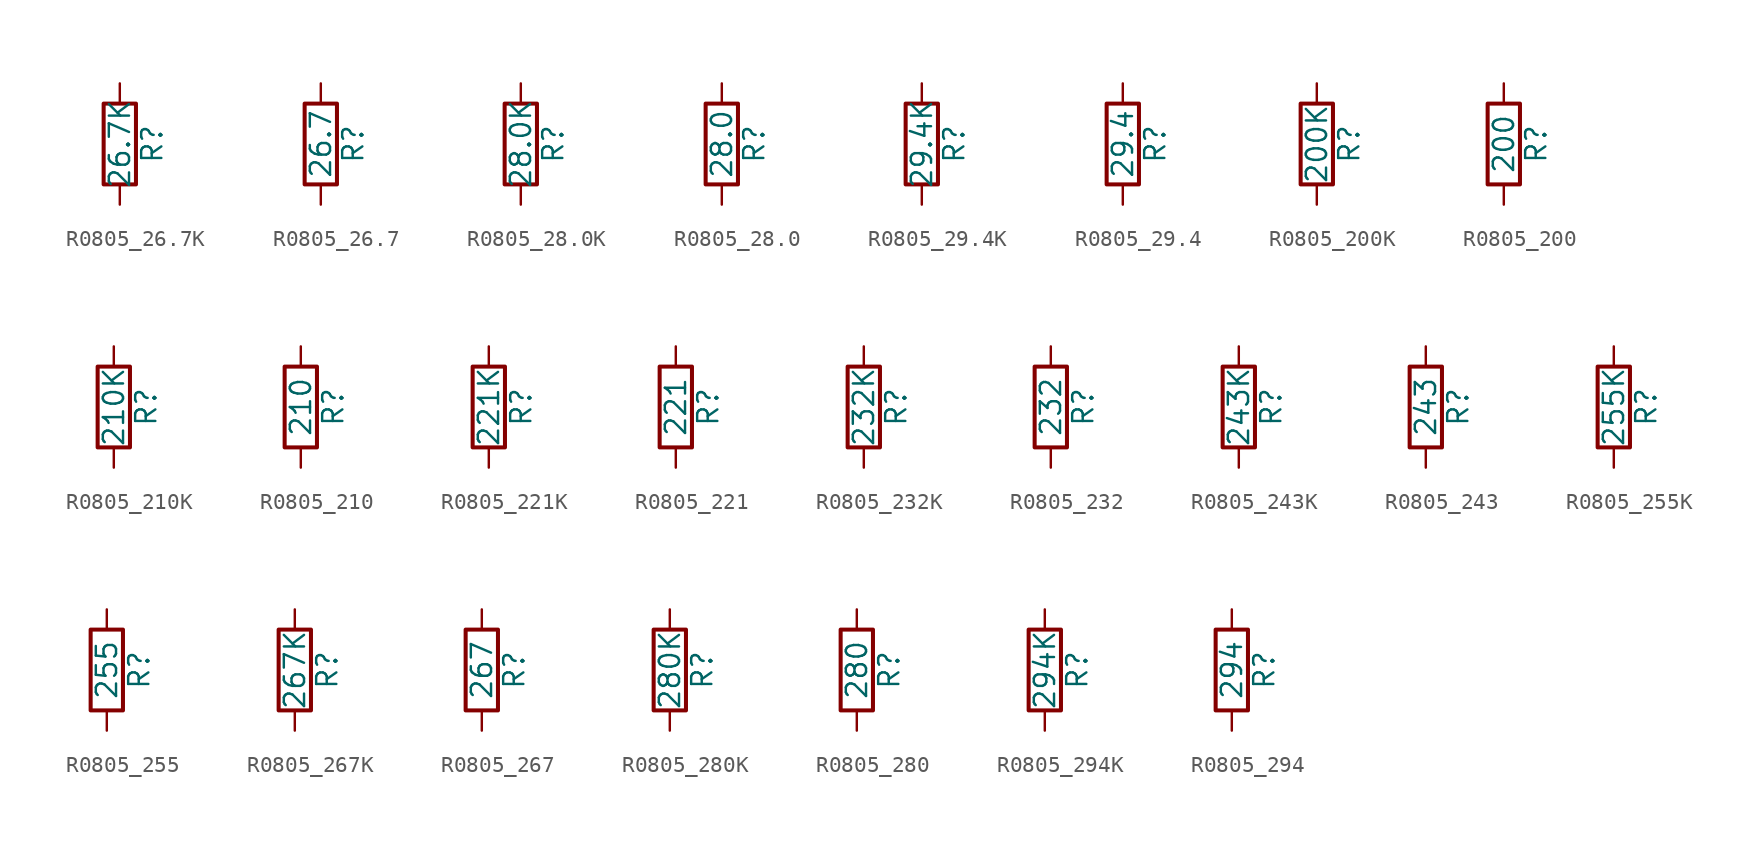
<source format=kicad_sym>
(kicad_symbol_lib
  (version 20211014)
  (generator atlantix-eda)
  (symbol "R0805_26.7K"
    (pin_numbers hide)
    (pin_names
      (offset 0))
    (property "Reference" "R"
      (at 2.032 0 90)
      (effects (font (size 1.27 1.27))))
    (property "Value" "26.7K"
      (at 0 0 90)
      (effects (font (size 1.27 1.27))))
    (symbol "R0805_26.7K_0_1"
      (rectangle (start -1.016 -2.54) (end 1.016 2.54) (stroke (width 0.254) (type default) (color 0 0 0 0)) (fill (type none))))
    (symbol "R0805_26.7K_1_1"
      (pin passive line (at 0 3.81 270) (length 1.27) (name "~" (effects (font (size 1.27 1.27)))) (number "1" (effects (font (size 1.27 1.27)))))
      (pin passive line (at 0 -3.81 90) (length 1.27) (name "~" (effects (font (size 1.27 1.27)))) (number "2" (effects (font (size 1.27 1.27)))))))
  (symbol "R0805_26.7"
    (pin_numbers hide)
    (pin_names
      (offset 0))
    (property "Reference" "R"
      (at 2.032 0 90)
      (effects (font (size 1.27 1.27))))
    (property "Value" "26.7"
      (at 0 0 90)
      (effects (font (size 1.27 1.27))))
    (symbol "R0805_26.7_0_1"
      (rectangle (start -1.016 -2.54) (end 1.016 2.54) (stroke (width 0.254) (type default) (color 0 0 0 0)) (fill (type none))))
    (symbol "R0805_26.7_1_1"
      (pin passive line (at 0 3.81 270) (length 1.27) (name "~" (effects (font (size 1.27 1.27)))) (number "1" (effects (font (size 1.27 1.27)))))
      (pin passive line (at 0 -3.81 90) (length 1.27) (name "~" (effects (font (size 1.27 1.27)))) (number "2" (effects (font (size 1.27 1.27)))))))
  (symbol "R0805_28.0K"
    (pin_numbers hide)
    (pin_names
      (offset 0))
    (property "Reference" "R"
      (at 2.032 0 90)
      (effects (font (size 1.27 1.27))))
    (property "Value" "28.0K"
      (at 0 0 90)
      (effects (font (size 1.27 1.27))))
    (symbol "R0805_28.0K_0_1"
      (rectangle (start -1.016 -2.54) (end 1.016 2.54) (stroke (width 0.254) (type default) (color 0 0 0 0)) (fill (type none))))
    (symbol "R0805_28.0K_1_1"
      (pin passive line (at 0 3.81 270) (length 1.27) (name "~" (effects (font (size 1.27 1.27)))) (number "1" (effects (font (size 1.27 1.27)))))
      (pin passive line (at 0 -3.81 90) (length 1.27) (name "~" (effects (font (size 1.27 1.27)))) (number "2" (effects (font (size 1.27 1.27)))))))
  (symbol "R0805_28.0"
    (pin_numbers hide)
    (pin_names
      (offset 0))
    (property "Reference" "R"
      (at 2.032 0 90)
      (effects (font (size 1.27 1.27))))
    (property "Value" "28.0"
      (at 0 0 90)
      (effects (font (size 1.27 1.27))))
    (symbol "R0805_28.0_0_1"
      (rectangle (start -1.016 -2.54) (end 1.016 2.54) (stroke (width 0.254) (type default) (color 0 0 0 0)) (fill (type none))))
    (symbol "R0805_28.0_1_1"
      (pin passive line (at 0 3.81 270) (length 1.27) (name "~" (effects (font (size 1.27 1.27)))) (number "1" (effects (font (size 1.27 1.27)))))
      (pin passive line (at 0 -3.81 90) (length 1.27) (name "~" (effects (font (size 1.27 1.27)))) (number "2" (effects (font (size 1.27 1.27)))))))
  (symbol "R0805_29.4K"
    (pin_numbers hide)
    (pin_names
      (offset 0))
    (property "Reference" "R"
      (at 2.032 0 90)
      (effects (font (size 1.27 1.27))))
    (property "Value" "29.4K"
      (at 0 0 90)
      (effects (font (size 1.27 1.27))))
    (symbol "R0805_29.4K_0_1"
      (rectangle (start -1.016 -2.54) (end 1.016 2.54) (stroke (width 0.254) (type default) (color 0 0 0 0)) (fill (type none))))
    (symbol "R0805_29.4K_1_1"
      (pin passive line (at 0 3.81 270) (length 1.27) (name "~" (effects (font (size 1.27 1.27)))) (number "1" (effects (font (size 1.27 1.27)))))
      (pin passive line (at 0 -3.81 90) (length 1.27) (name "~" (effects (font (size 1.27 1.27)))) (number "2" (effects (font (size 1.27 1.27)))))))
  (symbol "R0805_29.4"
    (pin_numbers hide)
    (pin_names
      (offset 0))
    (property "Reference" "R"
      (at 2.032 0 90)
      (effects (font (size 1.27 1.27))))
    (property "Value" "29.4"
      (at 0 0 90)
      (effects (font (size 1.27 1.27))))
    (symbol "R0805_29.4_0_1"
      (rectangle (start -1.016 -2.54) (end 1.016 2.54) (stroke (width 0.254) (type default) (color 0 0 0 0)) (fill (type none))))
    (symbol "R0805_29.4_1_1"
      (pin passive line (at 0 3.81 270) (length 1.27) (name "~" (effects (font (size 1.27 1.27)))) (number "1" (effects (font (size 1.27 1.27)))))
      (pin passive line (at 0 -3.81 90) (length 1.27) (name "~" (effects (font (size 1.27 1.27)))) (number "2" (effects (font (size 1.27 1.27)))))))
  (symbol "R0805_200K"
    (pin_numbers hide)
    (pin_names
      (offset 0))
    (property "Reference" "R"
      (at 2.032 0 90)
      (effects (font (size 1.27 1.27))))
    (property "Value" "200K"
      (at 0 0 90)
      (effects (font (size 1.27 1.27))))
    (symbol "R0805_200K_0_1"
      (rectangle (start -1.016 -2.54) (end 1.016 2.54) (stroke (width 0.254) (type default) (color 0 0 0 0)) (fill (type none))))
    (symbol "R0805_200K_1_1"
      (pin passive line (at 0 3.81 270) (length 1.27) (name "~" (effects (font (size 1.27 1.27)))) (number "1" (effects (font (size 1.27 1.27)))))
      (pin passive line (at 0 -3.81 90) (length 1.27) (name "~" (effects (font (size 1.27 1.27)))) (number "2" (effects (font (size 1.27 1.27)))))))
  (symbol "R0805_200"
    (pin_numbers hide)
    (pin_names
      (offset 0))
    (property "Reference" "R"
      (at 2.032 0 90)
      (effects (font (size 1.27 1.27))))
    (property "Value" "200"
      (at 0 0 90)
      (effects (font (size 1.27 1.27))))
    (symbol "R0805_200_0_1"
      (rectangle (start -1.016 -2.54) (end 1.016 2.54) (stroke (width 0.254) (type default) (color 0 0 0 0)) (fill (type none))))
    (symbol "R0805_200_1_1"
      (pin passive line (at 0 3.81 270) (length 1.27) (name "~" (effects (font (size 1.27 1.27)))) (number "1" (effects (font (size 1.27 1.27)))))
      (pin passive line (at 0 -3.81 90) (length 1.27) (name "~" (effects (font (size 1.27 1.27)))) (number "2" (effects (font (size 1.27 1.27)))))))
  (symbol "R0805_210K"
    (pin_numbers hide)
    (pin_names
      (offset 0))
    (property "Reference" "R"
      (at 2.032 0 90)
      (effects (font (size 1.27 1.27))))
    (property "Value" "210K"
      (at 0 0 90)
      (effects (font (size 1.27 1.27))))
    (symbol "R0805_210K_0_1"
      (rectangle (start -1.016 -2.54) (end 1.016 2.54) (stroke (width 0.254) (type default) (color 0 0 0 0)) (fill (type none))))
    (symbol "R0805_210K_1_1"
      (pin passive line (at 0 3.81 270) (length 1.27) (name "~" (effects (font (size 1.27 1.27)))) (number "1" (effects (font (size 1.27 1.27)))))
      (pin passive line (at 0 -3.81 90) (length 1.27) (name "~" (effects (font (size 1.27 1.27)))) (number "2" (effects (font (size 1.27 1.27)))))))
  (symbol "R0805_210"
    (pin_numbers hide)
    (pin_names
      (offset 0))
    (property "Reference" "R"
      (at 2.032 0 90)
      (effects (font (size 1.27 1.27))))
    (property "Value" "210"
      (at 0 0 90)
      (effects (font (size 1.27 1.27))))
    (symbol "R0805_210_0_1"
      (rectangle (start -1.016 -2.54) (end 1.016 2.54) (stroke (width 0.254) (type default) (color 0 0 0 0)) (fill (type none))))
    (symbol "R0805_210_1_1"
      (pin passive line (at 0 3.81 270) (length 1.27) (name "~" (effects (font (size 1.27 1.27)))) (number "1" (effects (font (size 1.27 1.27)))))
      (pin passive line (at 0 -3.81 90) (length 1.27) (name "~" (effects (font (size 1.27 1.27)))) (number "2" (effects (font (size 1.27 1.27)))))))
  (symbol "R0805_221K"
    (pin_numbers hide)
    (pin_names
      (offset 0))
    (property "Reference" "R"
      (at 2.032 0 90)
      (effects (font (size 1.27 1.27))))
    (property "Value" "221K"
      (at 0 0 90)
      (effects (font (size 1.27 1.27))))
    (symbol "R0805_221K_0_1"
      (rectangle (start -1.016 -2.54) (end 1.016 2.54) (stroke (width 0.254) (type default) (color 0 0 0 0)) (fill (type none))))
    (symbol "R0805_221K_1_1"
      (pin passive line (at 0 3.81 270) (length 1.27) (name "~" (effects (font (size 1.27 1.27)))) (number "1" (effects (font (size 1.27 1.27)))))
      (pin passive line (at 0 -3.81 90) (length 1.27) (name "~" (effects (font (size 1.27 1.27)))) (number "2" (effects (font (size 1.27 1.27)))))))
  (symbol "R0805_221"
    (pin_numbers hide)
    (pin_names
      (offset 0))
    (property "Reference" "R"
      (at 2.032 0 90)
      (effects (font (size 1.27 1.27))))
    (property "Value" "221"
      (at 0 0 90)
      (effects (font (size 1.27 1.27))))
    (symbol "R0805_221_0_1"
      (rectangle (start -1.016 -2.54) (end 1.016 2.54) (stroke (width 0.254) (type default) (color 0 0 0 0)) (fill (type none))))
    (symbol "R0805_221_1_1"
      (pin passive line (at 0 3.81 270) (length 1.27) (name "~" (effects (font (size 1.27 1.27)))) (number "1" (effects (font (size 1.27 1.27)))))
      (pin passive line (at 0 -3.81 90) (length 1.27) (name "~" (effects (font (size 1.27 1.27)))) (number "2" (effects (font (size 1.27 1.27)))))))
  (symbol "R0805_232K"
    (pin_numbers hide)
    (pin_names
      (offset 0))
    (property "Reference" "R"
      (at 2.032 0 90)
      (effects (font (size 1.27 1.27))))
    (property "Value" "232K"
      (at 0 0 90)
      (effects (font (size 1.27 1.27))))
    (symbol "R0805_232K_0_1"
      (rectangle (start -1.016 -2.54) (end 1.016 2.54) (stroke (width 0.254) (type default) (color 0 0 0 0)) (fill (type none))))
    (symbol "R0805_232K_1_1"
      (pin passive line (at 0 3.81 270) (length 1.27) (name "~" (effects (font (size 1.27 1.27)))) (number "1" (effects (font (size 1.27 1.27)))))
      (pin passive line (at 0 -3.81 90) (length 1.27) (name "~" (effects (font (size 1.27 1.27)))) (number "2" (effects (font (size 1.27 1.27)))))))
  (symbol "R0805_232"
    (pin_numbers hide)
    (pin_names
      (offset 0))
    (property "Reference" "R"
      (at 2.032 0 90)
      (effects (font (size 1.27 1.27))))
    (property "Value" "232"
      (at 0 0 90)
      (effects (font (size 1.27 1.27))))
    (symbol "R0805_232_0_1"
      (rectangle (start -1.016 -2.54) (end 1.016 2.54) (stroke (width 0.254) (type default) (color 0 0 0 0)) (fill (type none))))
    (symbol "R0805_232_1_1"
      (pin passive line (at 0 3.81 270) (length 1.27) (name "~" (effects (font (size 1.27 1.27)))) (number "1" (effects (font (size 1.27 1.27)))))
      (pin passive line (at 0 -3.81 90) (length 1.27) (name "~" (effects (font (size 1.27 1.27)))) (number "2" (effects (font (size 1.27 1.27)))))))
  (symbol "R0805_243K"
    (pin_numbers hide)
    (pin_names
      (offset 0))
    (property "Reference" "R"
      (at 2.032 0 90)
      (effects (font (size 1.27 1.27))))
    (property "Value" "243K"
      (at 0 0 90)
      (effects (font (size 1.27 1.27))))
    (symbol "R0805_243K_0_1"
      (rectangle (start -1.016 -2.54) (end 1.016 2.54) (stroke (width 0.254) (type default) (color 0 0 0 0)) (fill (type none))))
    (symbol "R0805_243K_1_1"
      (pin passive line (at 0 3.81 270) (length 1.27) (name "~" (effects (font (size 1.27 1.27)))) (number "1" (effects (font (size 1.27 1.27)))))
      (pin passive line (at 0 -3.81 90) (length 1.27) (name "~" (effects (font (size 1.27 1.27)))) (number "2" (effects (font (size 1.27 1.27)))))))
  (symbol "R0805_243"
    (pin_numbers hide)
    (pin_names
      (offset 0))
    (property "Reference" "R"
      (at 2.032 0 90)
      (effects (font (size 1.27 1.27))))
    (property "Value" "243"
      (at 0 0 90)
      (effects (font (size 1.27 1.27))))
    (symbol "R0805_243_0_1"
      (rectangle (start -1.016 -2.54) (end 1.016 2.54) (stroke (width 0.254) (type default) (color 0 0 0 0)) (fill (type none))))
    (symbol "R0805_243_1_1"
      (pin passive line (at 0 3.81 270) (length 1.27) (name "~" (effects (font (size 1.27 1.27)))) (number "1" (effects (font (size 1.27 1.27)))))
      (pin passive line (at 0 -3.81 90) (length 1.27) (name "~" (effects (font (size 1.27 1.27)))) (number "2" (effects (font (size 1.27 1.27)))))))
  (symbol "R0805_255K"
    (pin_numbers hide)
    (pin_names
      (offset 0))
    (property "Reference" "R"
      (at 2.032 0 90)
      (effects (font (size 1.27 1.27))))
    (property "Value" "255K"
      (at 0 0 90)
      (effects (font (size 1.27 1.27))))
    (symbol "R0805_255K_0_1"
      (rectangle (start -1.016 -2.54) (end 1.016 2.54) (stroke (width 0.254) (type default) (color 0 0 0 0)) (fill (type none))))
    (symbol "R0805_255K_1_1"
      (pin passive line (at 0 3.81 270) (length 1.27) (name "~" (effects (font (size 1.27 1.27)))) (number "1" (effects (font (size 1.27 1.27)))))
      (pin passive line (at 0 -3.81 90) (length 1.27) (name "~" (effects (font (size 1.27 1.27)))) (number "2" (effects (font (size 1.27 1.27)))))))
  (symbol "R0805_255"
    (pin_numbers hide)
    (pin_names
      (offset 0))
    (property "Reference" "R"
      (at 2.032 0 90)
      (effects (font (size 1.27 1.27))))
    (property "Value" "255"
      (at 0 0 90)
      (effects (font (size 1.27 1.27))))
    (symbol "R0805_255_0_1"
      (rectangle (start -1.016 -2.54) (end 1.016 2.54) (stroke (width 0.254) (type default) (color 0 0 0 0)) (fill (type none))))
    (symbol "R0805_255_1_1"
      (pin passive line (at 0 3.81 270) (length 1.27) (name "~" (effects (font (size 1.27 1.27)))) (number "1" (effects (font (size 1.27 1.27)))))
      (pin passive line (at 0 -3.81 90) (length 1.27) (name "~" (effects (font (size 1.27 1.27)))) (number "2" (effects (font (size 1.27 1.27)))))))
  (symbol "R0805_267K"
    (pin_numbers hide)
    (pin_names
      (offset 0))
    (property "Reference" "R"
      (at 2.032 0 90)
      (effects (font (size 1.27 1.27))))
    (property "Value" "267K"
      (at 0 0 90)
      (effects (font (size 1.27 1.27))))
    (symbol "R0805_267K_0_1"
      (rectangle (start -1.016 -2.54) (end 1.016 2.54) (stroke (width 0.254) (type default) (color 0 0 0 0)) (fill (type none))))
    (symbol "R0805_267K_1_1"
      (pin passive line (at 0 3.81 270) (length 1.27) (name "~" (effects (font (size 1.27 1.27)))) (number "1" (effects (font (size 1.27 1.27)))))
      (pin passive line (at 0 -3.81 90) (length 1.27) (name "~" (effects (font (size 1.27 1.27)))) (number "2" (effects (font (size 1.27 1.27)))))))
  (symbol "R0805_267"
    (pin_numbers hide)
    (pin_names
      (offset 0))
    (property "Reference" "R"
      (at 2.032 0 90)
      (effects (font (size 1.27 1.27))))
    (property "Value" "267"
      (at 0 0 90)
      (effects (font (size 1.27 1.27))))
    (symbol "R0805_267_0_1"
      (rectangle (start -1.016 -2.54) (end 1.016 2.54) (stroke (width 0.254) (type default) (color 0 0 0 0)) (fill (type none))))
    (symbol "R0805_267_1_1"
      (pin passive line (at 0 3.81 270) (length 1.27) (name "~" (effects (font (size 1.27 1.27)))) (number "1" (effects (font (size 1.27 1.27)))))
      (pin passive line (at 0 -3.81 90) (length 1.27) (name "~" (effects (font (size 1.27 1.27)))) (number "2" (effects (font (size 1.27 1.27)))))))
  (symbol "R0805_280K"
    (pin_numbers hide)
    (pin_names
      (offset 0))
    (property "Reference" "R"
      (at 2.032 0 90)
      (effects (font (size 1.27 1.27))))
    (property "Value" "280K"
      (at 0 0 90)
      (effects (font (size 1.27 1.27))))
    (symbol "R0805_280K_0_1"
      (rectangle (start -1.016 -2.54) (end 1.016 2.54) (stroke (width 0.254) (type default) (color 0 0 0 0)) (fill (type none))))
    (symbol "R0805_280K_1_1"
      (pin passive line (at 0 3.81 270) (length 1.27) (name "~" (effects (font (size 1.27 1.27)))) (number "1" (effects (font (size 1.27 1.27)))))
      (pin passive line (at 0 -3.81 90) (length 1.27) (name "~" (effects (font (size 1.27 1.27)))) (number "2" (effects (font (size 1.27 1.27)))))))
  (symbol "R0805_280"
    (pin_numbers hide)
    (pin_names
      (offset 0))
    (property "Reference" "R"
      (at 2.032 0 90)
      (effects (font (size 1.27 1.27))))
    (property "Value" "280"
      (at 0 0 90)
      (effects (font (size 1.27 1.27))))
    (symbol "R0805_280_0_1"
      (rectangle (start -1.016 -2.54) (end 1.016 2.54) (stroke (width 0.254) (type default) (color 0 0 0 0)) (fill (type none))))
    (symbol "R0805_280_1_1"
      (pin passive line (at 0 3.81 270) (length 1.27) (name "~" (effects (font (size 1.27 1.27)))) (number "1" (effects (font (size 1.27 1.27)))))
      (pin passive line (at 0 -3.81 90) (length 1.27) (name "~" (effects (font (size 1.27 1.27)))) (number "2" (effects (font (size 1.27 1.27)))))))
  (symbol "R0805_294K"
    (pin_numbers hide)
    (pin_names
      (offset 0))
    (property "Reference" "R"
      (at 2.032 0 90)
      (effects (font (size 1.27 1.27))))
    (property "Value" "294K"
      (at 0 0 90)
      (effects (font (size 1.27 1.27))))
    (symbol "R0805_294K_0_1"
      (rectangle (start -1.016 -2.54) (end 1.016 2.54) (stroke (width 0.254) (type default) (color 0 0 0 0)) (fill (type none))))
    (symbol "R0805_294K_1_1"
      (pin passive line (at 0 3.81 270) (length 1.27) (name "~" (effects (font (size 1.27 1.27)))) (number "1" (effects (font (size 1.27 1.27)))))
      (pin passive line (at 0 -3.81 90) (length 1.27) (name "~" (effects (font (size 1.27 1.27)))) (number "2" (effects (font (size 1.27 1.27)))))))
  (symbol "R0805_294"
    (pin_numbers hide)
    (pin_names
      (offset 0))
    (property "Reference" "R"
      (at 2.032 0 90)
      (effects (font (size 1.27 1.27))))
    (property "Value" "294"
      (at 0 0 90)
      (effects (font (size 1.27 1.27))))
    (symbol "R0805_294_0_1"
      (rectangle (start -1.016 -2.54) (end 1.016 2.54) (stroke (width 0.254) (type default) (color 0 0 0 0)) (fill (type none))))
    (symbol "R0805_294_1_1"
      (pin passive line (at 0 3.81 270) (length 1.27) (name "~" (effects (font (size 1.27 1.27)))) (number "1" (effects (font (size 1.27 1.27)))))
      (pin passive line (at 0 -3.81 90) (length 1.27) (name "~" (effects (font (size 1.27 1.27)))) (number "2" (effects (font (size 1.27 1.27))))))))
</source>
